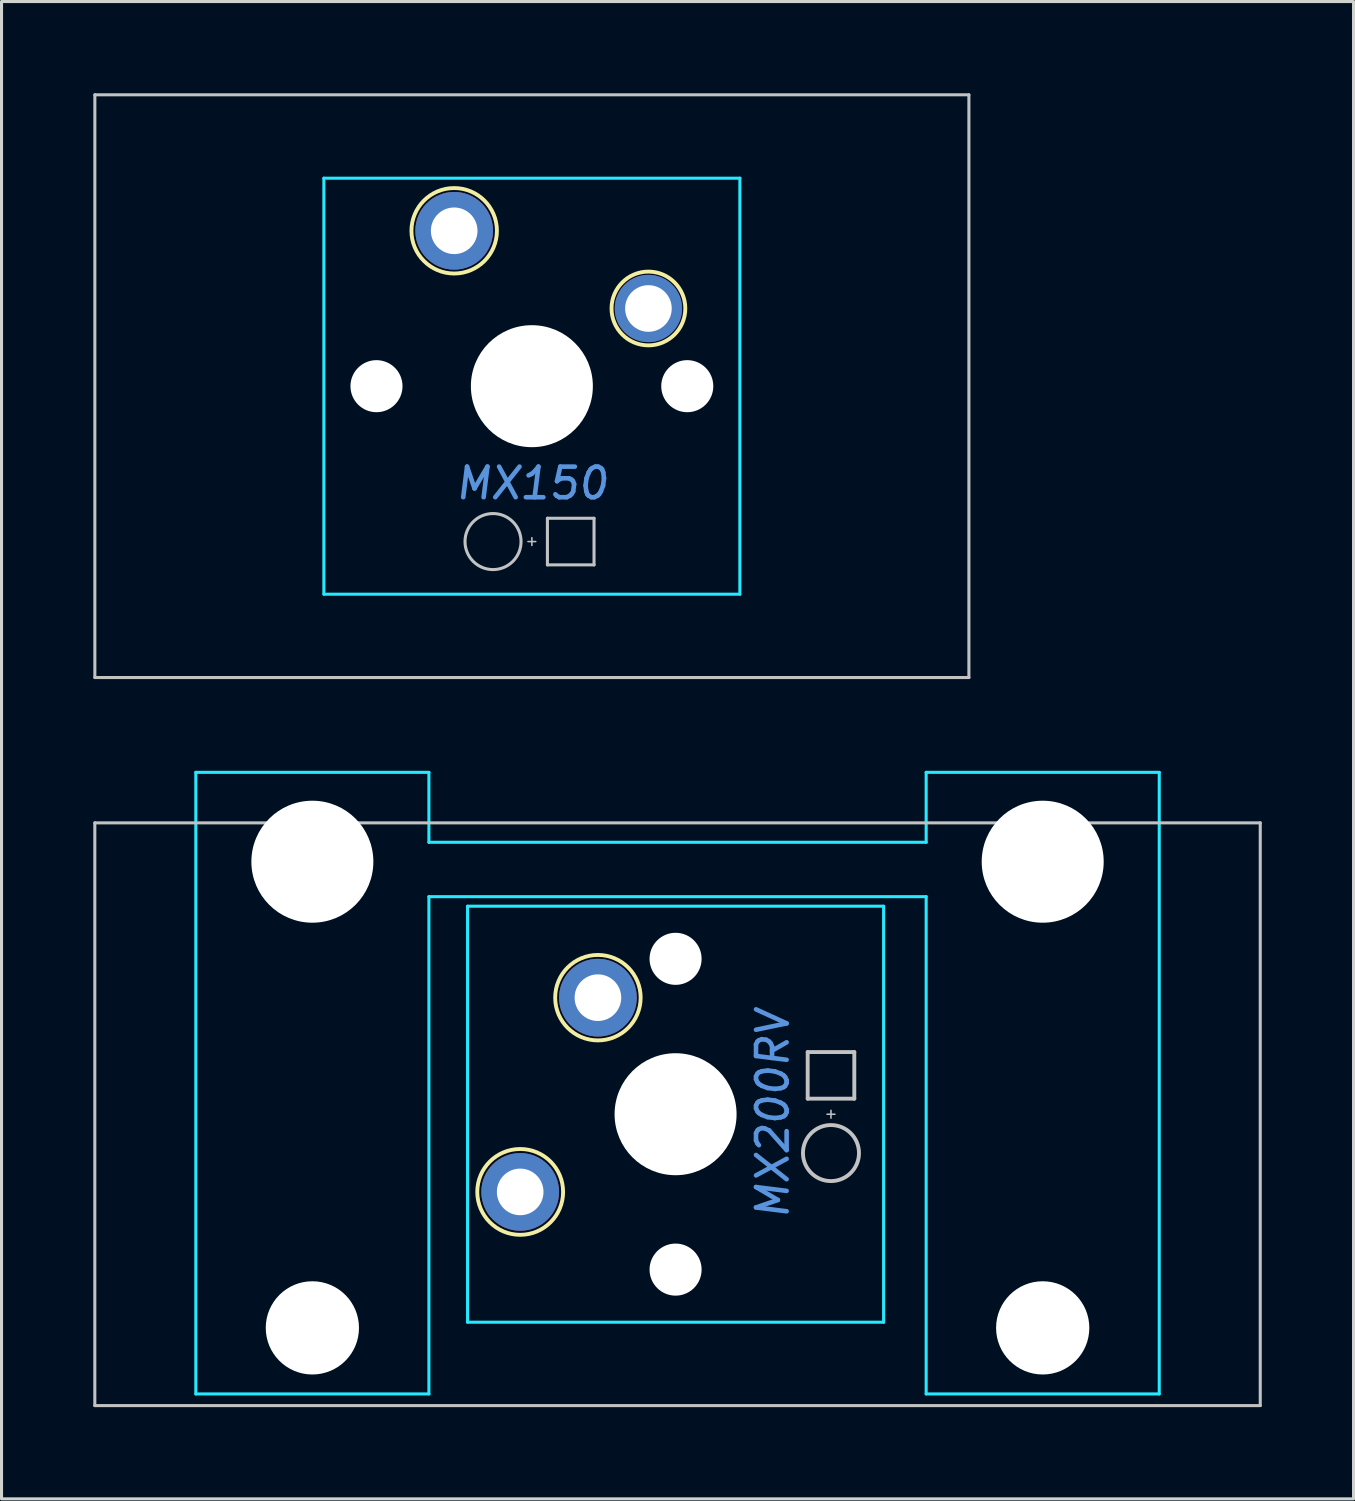
<source format=kicad_pcb>
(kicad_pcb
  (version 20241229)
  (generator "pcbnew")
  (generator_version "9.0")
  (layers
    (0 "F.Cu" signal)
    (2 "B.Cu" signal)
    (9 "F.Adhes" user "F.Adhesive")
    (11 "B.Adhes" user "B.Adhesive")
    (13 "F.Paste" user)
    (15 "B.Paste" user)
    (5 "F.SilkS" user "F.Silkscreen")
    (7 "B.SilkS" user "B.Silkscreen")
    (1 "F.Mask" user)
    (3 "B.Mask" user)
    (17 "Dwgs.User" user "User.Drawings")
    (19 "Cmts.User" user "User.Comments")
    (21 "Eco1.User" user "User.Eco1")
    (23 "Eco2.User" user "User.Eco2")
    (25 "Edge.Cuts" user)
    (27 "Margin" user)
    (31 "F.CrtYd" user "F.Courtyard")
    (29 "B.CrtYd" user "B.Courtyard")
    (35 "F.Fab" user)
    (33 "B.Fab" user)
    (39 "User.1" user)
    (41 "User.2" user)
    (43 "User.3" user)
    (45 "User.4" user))
  (footprint "MX150"
    (layer "F.Cu")
    (at 14.338 9.575)
    (property "Reference" "MX150" (at 0 3.175 0) (layer "Cmts.User") (effects (font (size 1 1) (thickness 0.15) (italic yes))))
    (attr through_hole)
    (fp_circle (center -2.54 -5.08) (end -1.143 -5.08) (stroke (width 0.127) (type solid)) (fill no) (layer "F.SilkS"))
    (fp_circle (center 3.81 -2.54) (end 5.016 -2.54) (stroke (width 0.127) (type solid)) (fill no) (layer "F.SilkS"))
    (fp_line (start -14.287 -9.525) (end -14.287 9.525) (stroke (width 0.1) (type solid)) (layer "Dwgs.User"))
    (fp_line (start -14.287 -9.525) (end 14.287 -9.525) (stroke (width 0.1) (type solid)) (layer "Dwgs.User"))
    (fp_line (start -14.287 9.525) (end 14.287 9.525) (stroke (width 0.1) (type solid)) (layer "Dwgs.User"))
    (fp_line (start 0 5.207) (end 0 4.953) (stroke (width 0.05) (type solid)) (layer "Dwgs.User"))
    (fp_line (start 0.127 5.08) (end -0.127 5.08) (stroke (width 0.05) (type solid)) (layer "Dwgs.User"))
    (fp_line (start 0.508 4.318) (end 2.032 4.318) (stroke (width 0.1) (type solid)) (layer "Dwgs.User"))
    (fp_line (start 0.508 5.842) (end 0.508 4.318) (stroke (width 0.1) (type solid)) (layer "Dwgs.User"))
    (fp_line (start 0.508 5.842) (end 2.032 5.842) (stroke (width 0.1) (type solid)) (layer "Dwgs.User"))
    (fp_line (start 2.032 5.842) (end 2.032 4.318) (stroke (width 0.1) (type solid)) (layer "Dwgs.User"))
    (fp_line (start 14.287 -9.525) (end 14.287 9.525) (stroke (width 0.1) (type solid)) (layer "Dwgs.User"))
    (fp_circle (center -1.27 5.08) (end -0.354 5.08) (stroke (width 0.1) (type solid)) (fill no) (layer "Dwgs.User"))
    (fp_line (start -6.8 -6.8) (end 6.8 -6.8) (stroke (width 0.1) (type solid)) (layer "B.CrtYd"))
    (fp_line (start -6.8 6.8) (end -6.8 -6.8) (stroke (width 0.1) (type solid)) (layer "B.CrtYd"))
    (fp_line (start -6.8 6.8) (end 6.8 6.8) (stroke (width 0.1) (type solid)) (layer "B.CrtYd"))
    (fp_line (start 6.8 6.8) (end 6.8 -6.8) (stroke (width 0.1) (type solid)) (layer "B.CrtYd"))
    (pad "" np_thru_hole circle (at -5.08 0) (size 1.702 1.702) (drill 1.702) (layers "*.Cu" "*.Mask"))
    (pad "" np_thru_hole circle (at 0 0) (size 3.988 3.988) (drill 3.988) (layers "*.Cu" "*.Mask"))
    (pad "" np_thru_hole circle (at 5.08 0) (size 1.702 1.702) (drill 1.702) (layers "*.Cu" "*.Mask"))
    (pad "1" thru_hole circle (at -2.54 -5.08) (size 2.54 2.54) (drill 1.524) (layers "*.Cu" "*.Mask"))
    (pad "2" thru_hole circle (at 3.81 -2.54) (size 2.2 2.2) (drill 1.524) (layers "*.Cu" "*.Mask")))
  (footprint "MX200RV"
    (layer "F.Cu")
    (at 19.1 33.376)
    (property "Reference" "MX200RV" (at 3.111 0 90) (layer "Cmts.User") (effects (font (size 1 1) (thickness 0.15) (italic yes))))
    (attr through_hole)
    (fp_circle (center -5.144 2.54) (end -5.016 1.143) (stroke (width 0.127) (type solid)) (fill no) (layer "F.SilkS"))
    (fp_circle (center -2.603 -3.81) (end -2.603 -5.207) (stroke (width 0.127) (type solid)) (fill no) (layer "F.SilkS"))
    (fp_line (start -19.05 -9.525) (end -19.05 9.525) (stroke (width 0.1) (type solid)) (layer "Dwgs.User"))
    (fp_line (start -19.05 -9.525) (end 19.05 -9.525) (stroke (width 0.1) (type solid)) (layer "Dwgs.User"))
    (fp_line (start -19.05 9.525) (end 19.05 9.525) (stroke (width 0.1) (type solid)) (layer "Dwgs.User"))
    (fp_line (start 4.255 -0.508) (end 4.255 -2.032) (stroke (width 0.127) (type solid)) (layer "Dwgs.User"))
    (fp_line (start 4.255 -0.508) (end 5.779 -0.508) (stroke (width 0.127) (type solid)) (layer "Dwgs.User"))
    (fp_line (start 4.889 0) (end 5.144 0) (stroke (width 0.051) (type solid)) (layer "Dwgs.User"))
    (fp_line (start 5.016 0.127) (end 5.016 -0.127) (stroke (width 0.051) (type solid)) (layer "Dwgs.User"))
    (fp_line (start 5.779 -2.032) (end 4.255 -2.032) (stroke (width 0.127) (type solid)) (layer "Dwgs.User"))
    (fp_line (start 5.779 -0.508) (end 5.779 -2.032) (stroke (width 0.127) (type solid)) (layer "Dwgs.User"))
    (fp_line (start 19.05 -9.525) (end 19.05 9.525) (stroke (width 0.1) (type solid)) (layer "Dwgs.User"))
    (fp_circle (center 5.016 1.27) (end 5.016 0.354) (stroke (width 0.127) (type solid)) (fill no) (layer "Dwgs.User"))
    (fp_line (start -15.748 9.144) (end -15.748 -11.176) (stroke (width 0.1) (type solid)) (layer "B.CrtYd"))
    (fp_line (start -8.128 -11.176) (end -15.748 -11.176) (stroke (width 0.1) (type solid)) (layer "B.CrtYd"))
    (fp_line (start -8.128 -8.89) (end -8.128 -11.176) (stroke (width 0.1) (type solid)) (layer "B.CrtYd"))
    (fp_line (start -8.128 -7.112) (end -8.128 9.144) (stroke (width 0.1) (type solid)) (layer "B.CrtYd"))
    (fp_line (start -8.128 9.144) (end -15.748 9.144) (stroke (width 0.1) (type solid)) (layer "B.CrtYd"))
    (fp_line (start -6.864 -6.8) (end -6.864 6.8) (stroke (width 0.1) (type solid)) (layer "B.CrtYd"))
    (fp_line (start -6.864 -6.8) (end 6.737 -6.8) (stroke (width 0.1) (type solid)) (layer "B.CrtYd"))
    (fp_line (start -6.864 6.8) (end 6.737 6.8) (stroke (width 0.1) (type solid)) (layer "B.CrtYd"))
    (fp_line (start 6.737 -6.8) (end 6.737 6.8) (stroke (width 0.1) (type solid)) (layer "B.CrtYd"))
    (fp_line (start 8.128 -8.89) (end -8.128 -8.89) (stroke (width 0.1) (type solid)) (layer "B.CrtYd"))
    (fp_line (start 8.128 -8.89) (end 8.128 -11.176) (stroke (width 0.1) (type solid)) (layer "B.CrtYd"))
    (fp_line (start 8.128 -7.112) (end -8.128 -7.112) (stroke (width 0.1) (type solid)) (layer "B.CrtYd"))
    (fp_line (start 8.128 -7.112) (end 8.128 9.144) (stroke (width 0.1) (type solid)) (layer "B.CrtYd"))
    (fp_line (start 15.748 -11.176) (end 8.128 -11.176) (stroke (width 0.1) (type solid)) (layer "B.CrtYd"))
    (fp_line (start 15.748 9.144) (end 8.128 9.144) (stroke (width 0.1) (type solid)) (layer "B.CrtYd"))
    (fp_line (start 15.748 9.144) (end 15.748 -11.176) (stroke (width 0.1) (type solid)) (layer "B.CrtYd"))
    (pad "" np_thru_hole circle (at -11.938 -8.255) (size 3.988 3.988) (drill 3.988) (layers "*.Cu" "*.Mask"))
    (pad "" np_thru_hole circle (at -11.938 6.985) (size 3.048 3.048) (drill 3.048) (layers "*.Cu" "*.Mask"))
    (pad "" np_thru_hole circle (at -0.064 -5.08 90) (size 1.702 1.702) (drill 1.702) (layers "*.Cu" "*.Mask"))
    (pad "" np_thru_hole circle (at -0.064 0 180) (size 3.988 3.988) (drill 3.988) (layers "*.Cu" "*.Mask"))
    (pad "" np_thru_hole circle (at -0.064 5.08 90) (size 1.702 1.702) (drill 1.702) (layers "*.Cu" "*.Mask"))
    (pad "" np_thru_hole circle (at 11.938 -8.255) (size 3.988 3.988) (drill 3.988) (layers "*.Cu" "*.Mask"))
    (pad "" np_thru_hole circle (at 11.938 6.985) (size 3.048 3.048) (drill 3.048) (layers "*.Cu" "*.Mask"))
    (pad "1" thru_hole circle (at -5.144 2.54 90) (size 2.54 2.54) (drill 1.524) (layers "*.Cu" "*.Mask"))
    (pad "2" thru_hole circle (at -2.603 -3.81 90) (size 2.54 2.54) (drill 1.524) (layers "*.Cu" "*.Mask")))
  (gr_rect
    (start -3 -3)
    (end 41.2 45.951)
    (stroke (width 0.1) (type default))
    (fill no)
    (layer "Edge.Cuts")))
</source>
